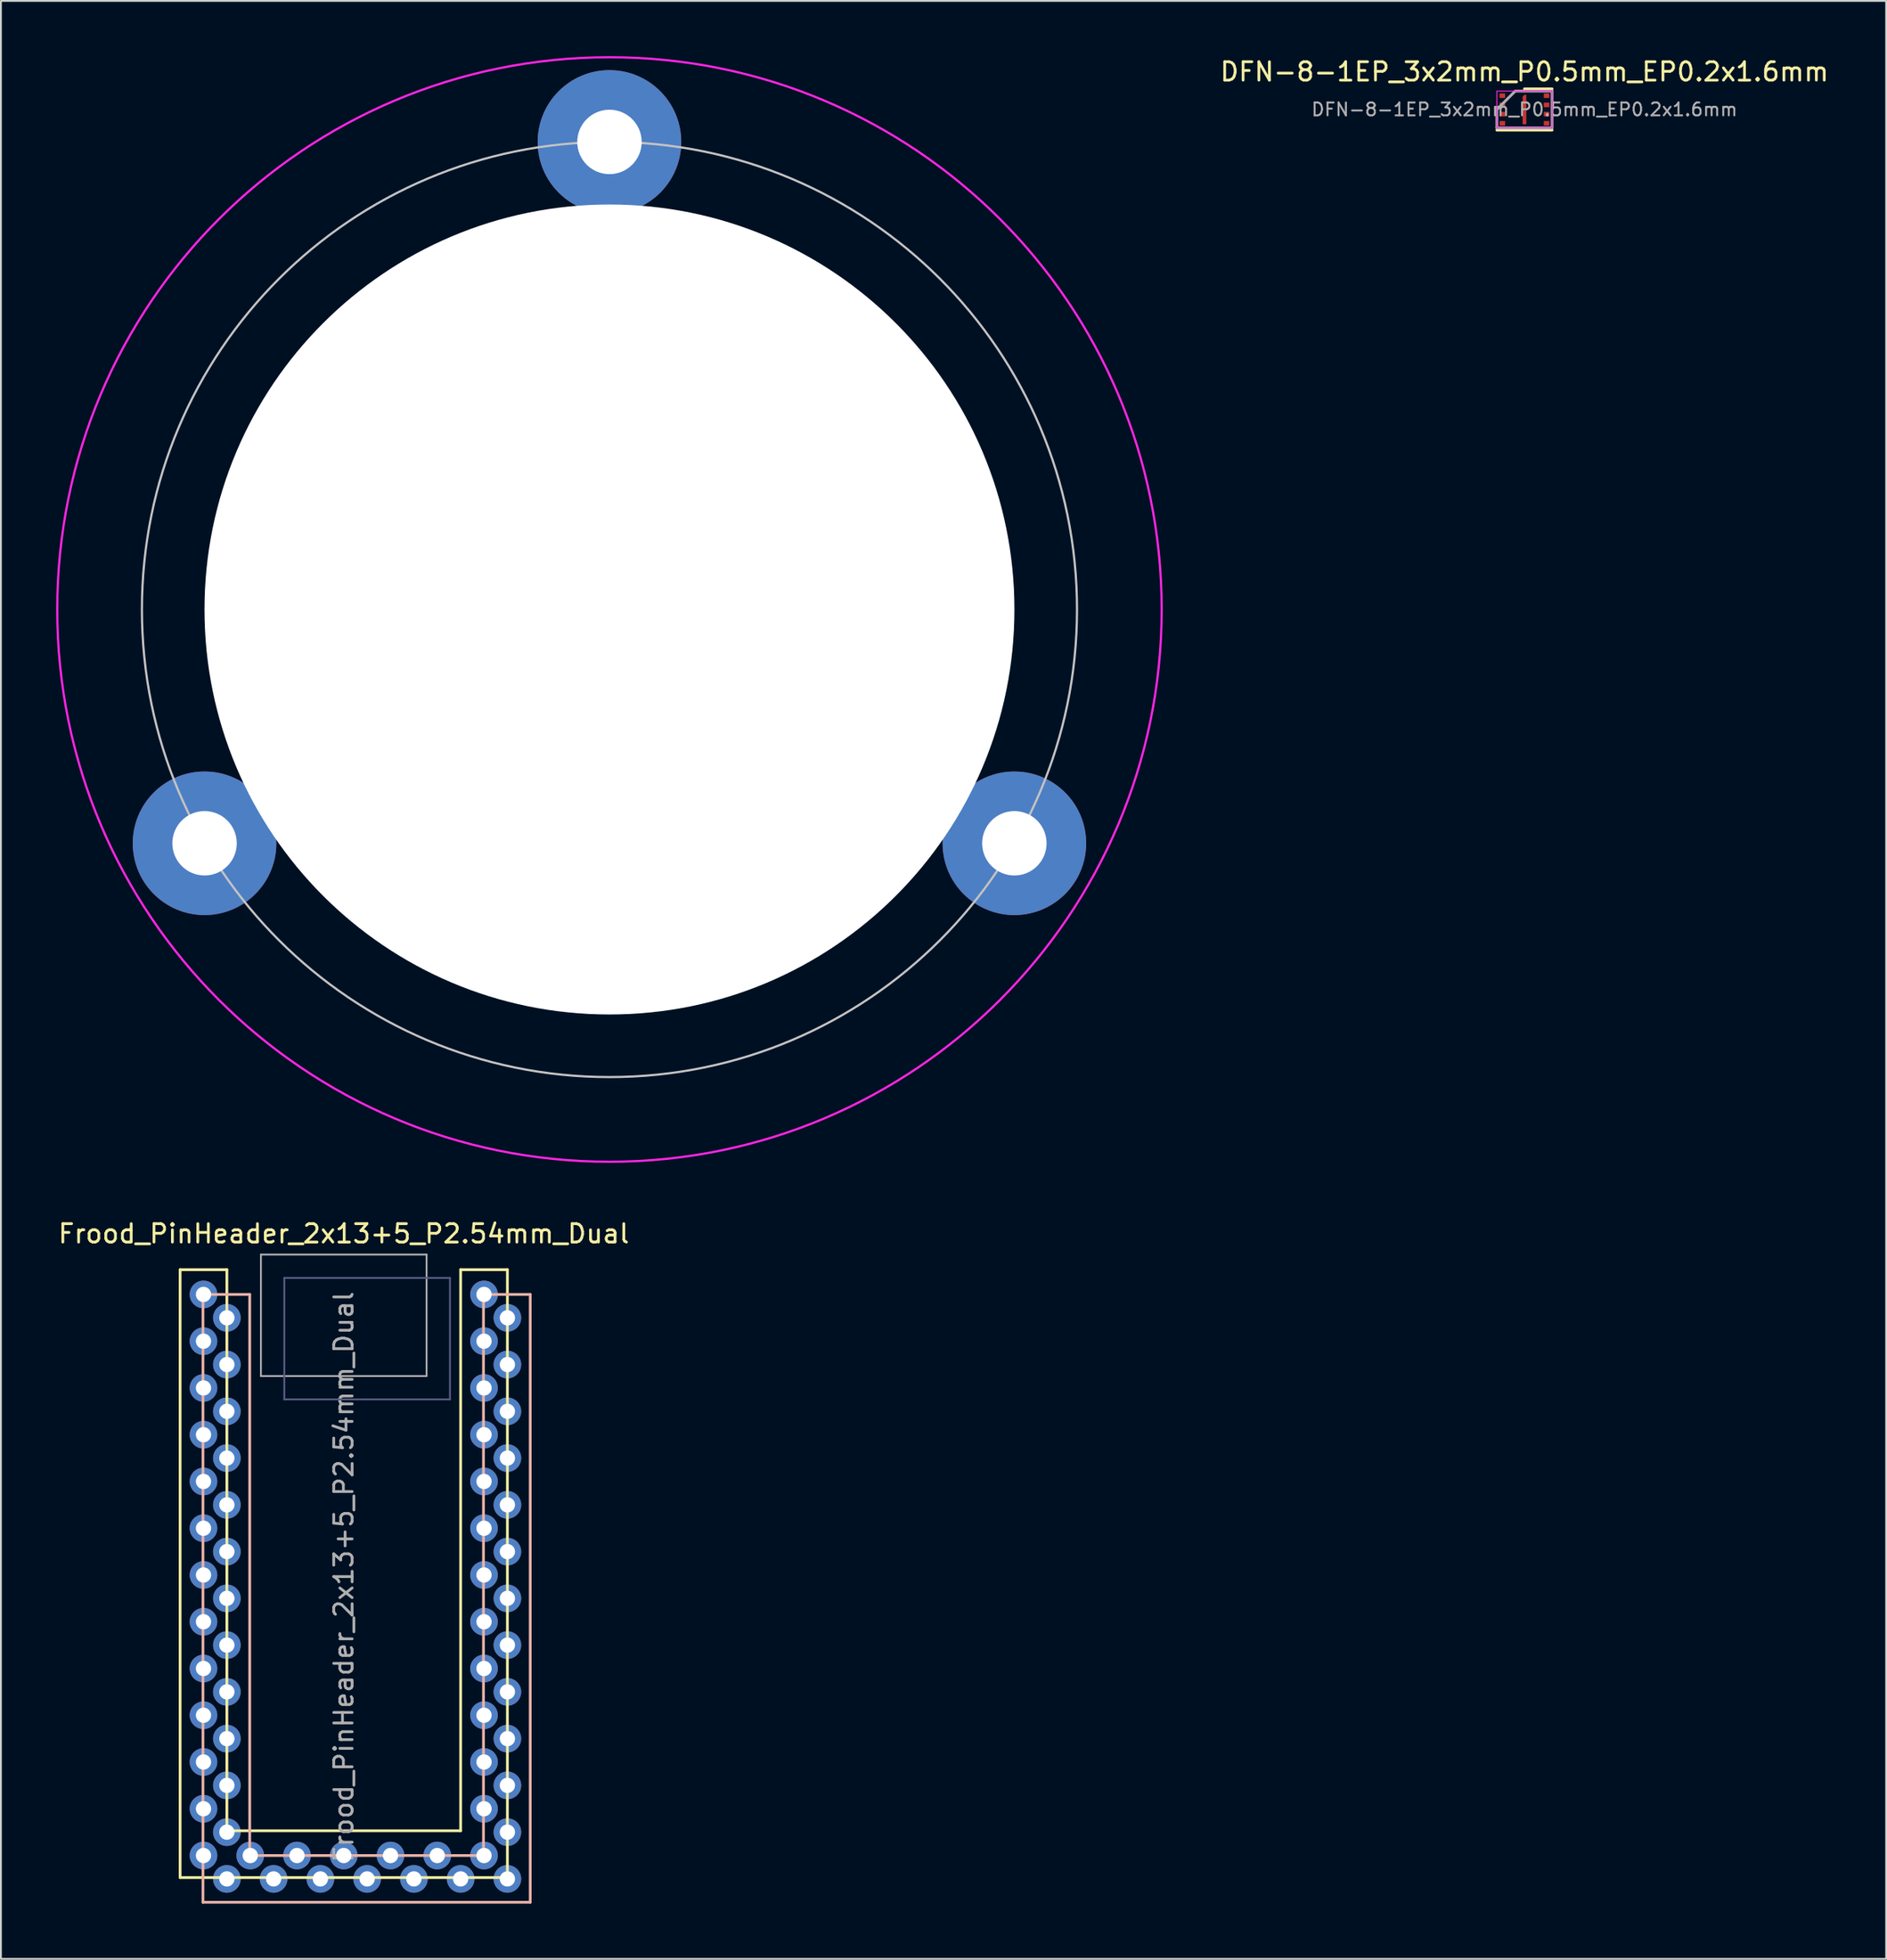
<source format=kicad_pcb>
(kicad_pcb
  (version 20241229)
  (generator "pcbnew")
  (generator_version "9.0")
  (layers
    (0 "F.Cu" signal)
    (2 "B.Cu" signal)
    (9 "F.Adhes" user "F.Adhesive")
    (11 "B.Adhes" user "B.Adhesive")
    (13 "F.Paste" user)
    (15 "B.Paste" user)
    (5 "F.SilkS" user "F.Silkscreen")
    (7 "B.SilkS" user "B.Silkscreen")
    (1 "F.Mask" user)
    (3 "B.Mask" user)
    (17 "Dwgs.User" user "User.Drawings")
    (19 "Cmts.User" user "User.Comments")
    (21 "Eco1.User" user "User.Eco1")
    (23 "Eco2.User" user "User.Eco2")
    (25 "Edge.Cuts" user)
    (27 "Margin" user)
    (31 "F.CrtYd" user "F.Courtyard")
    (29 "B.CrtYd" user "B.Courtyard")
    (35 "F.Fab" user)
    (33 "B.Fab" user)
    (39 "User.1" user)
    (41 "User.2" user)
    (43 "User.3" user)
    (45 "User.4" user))
  (footprint "DFN-8-1EP_3x2mm_P0.5mm_EP0.2x1.6mm"
    (layer "F.Cu")
    (at 79.769 2.898)
    (property "Reference" "DFN-8-1EP_3x2mm_P0.5mm_EP0.2x1.6mm" (at 0 -2.05 0) (layer "F.SilkS") (effects (font (size 1 1) (thickness 0.15))))
    (attr smd)
    (fp_line (start -1.5 1.12) (end 1.5 1.12) (stroke (width 0.15) (type solid)) (layer "F.SilkS"))
    (fp_line (start 0 -1.12) (end 1.5 -1.12) (stroke (width 0.15) (type solid)) (layer "F.SilkS"))
    (fp_line (start -1.5 -1) (end -1.5 1) (stroke (width 0.05) (type solid)) (layer "F.CrtYd"))
    (fp_line (start -1.5 -1) (end 1.5 -1) (stroke (width 0.05) (type solid)) (layer "F.CrtYd"))
    (fp_line (start -1.5 1) (end 1.5 1) (stroke (width 0.05) (type solid)) (layer "F.CrtYd"))
    (fp_line (start 1.5 -1) (end 1.5 1) (stroke (width 0.05) (type solid)) (layer "F.CrtYd"))
    (fp_line (start -1.5 0) (end -0.5 -1) (stroke (width 0.15) (type solid)) (layer "F.Fab"))
    (fp_line (start -1.5 1) (end -1.5 0) (stroke (width 0.15) (type solid)) (layer "F.Fab"))
    (fp_line (start -0.5 -1) (end 1.5 -1) (stroke (width 0.15) (type solid)) (layer "F.Fab"))
    (fp_line (start 1.5 -1) (end 1.5 1) (stroke (width 0.15) (type solid)) (layer "F.Fab"))
    (fp_line (start 1.5 1) (end -1.5 1) (stroke (width 0.15) (type solid)) (layer "F.Fab"))
    (fp_text user "${REFERENCE}" (at 0 0 0) (layer "F.Fab") (effects (font (size 0.7 0.7) (thickness 0.105))))
    (pad "1" smd rect (at -1.2 -0.75) (size 0.3 0.25) (layers "F.Cu" "F.Mask" "F.Paste"))
    (pad "2" smd rect (at -1.2 -0.25) (size 0.3 0.25) (layers "F.Cu" "F.Mask" "F.Paste"))
    (pad "3" smd rect (at -1.2 0.25) (size 0.3 0.25) (layers "F.Cu" "F.Mask" "F.Paste"))
    (pad "4" smd rect (at -1.2 0.75) (size 0.3 0.25) (layers "F.Cu" "F.Mask" "F.Paste"))
    (pad "5" smd rect (at 1.2 0.75) (size 0.3 0.25) (layers "F.Cu" "F.Mask" "F.Paste"))
    (pad "6" smd rect (at 1.2 0.25) (size 0.3 0.25) (layers "F.Cu" "F.Mask" "F.Paste"))
    (pad "7" smd rect (at 1.2 -0.25) (size 0.3 0.25) (layers "F.Cu" "F.Mask" "F.Paste"))
    (pad "8" smd rect (at 1.2 -0.75) (size 0.3 0.25) (layers "F.Cu" "F.Mask" "F.Paste"))
    (pad "9" smd roundrect (at 0 0) (size 0.2 1.6) (layers "F.Cu" "F.Mask") (roundrect_rratio 0) (chamfer_ratio 0.5) (chamfer top_left)))
  (footprint "CNC_Encoder"
    (layer "F.Cu")
    (at 30.06 30.06)
    (property "Reference" "CNC_Encoder" (at 0 0.5 0) (layer "F.SilkS") (effects (font (size 1 1) (thickness 0.15))))
    (attr through_hole)
    (fp_circle (center 0 0) (end 25.4 0) (stroke (width 0.12) (type solid)) (fill no) (layer "Dwgs.User"))
    (fp_circle (center 0 0) (end 30 0) (stroke (width 0.12) (type solid)) (fill no) (layer "F.CrtYd"))
    (pad "" np_thru_hole circle (at 0 0) (size 44 44) (drill 44) (layers "*.Cu" "*.Mask"))
    (pad "1" thru_hole circle (at -21.997 12.7) (size 7.8 7.8) (drill 3.5) (layers "*.Cu" "*.Mask"))
    (pad "1" thru_hole circle (at 0 -25.4) (size 7.8 7.8) (drill 3.5) (layers "*.Cu" "*.Mask"))
    (pad "1" thru_hole circle (at 21.997 12.7) (size 7.8 7.8) (drill 3.5) (layers "*.Cu" "*.Mask")))
  (footprint "Frood_PinHeader_2x13+5_P2.54mm_Dual"
    (layer "F.Cu")
    (at 15.625 67.268)
    (property "Reference" "Frood_PinHeader_2x13+5_P2.54mm_Dual" (at 0 -3.3 0) (layer "F.SilkS") (effects (font (size 1 1) (thickness 0.15))))
    (attr through_hole)
    (fp_line (start -8.89 -1.344) (end -8.89 31.676) (stroke (width 0.15) (type solid)) (layer "F.SilkS"))
    (fp_line (start -8.89 31.676) (end 8.89 31.676) (stroke (width 0.15) (type solid)) (layer "F.SilkS"))
    (fp_line (start -6.35 -1.344) (end -8.89 -1.344) (stroke (width 0.15) (type solid)) (layer "F.SilkS"))
    (fp_line (start -6.35 29.136) (end -6.35 -1.344) (stroke (width 0.15) (type solid)) (layer "F.SilkS"))
    (fp_line (start -6.35 29.136) (end 6.35 29.136) (stroke (width 0.15) (type solid)) (layer "F.SilkS"))
    (fp_line (start 6.35 -1.344) (end 6.35 29.136) (stroke (width 0.15) (type solid)) (layer "F.SilkS"))
    (fp_line (start 8.89 -1.344) (end 6.35 -1.344) (stroke (width 0.15) (type solid)) (layer "F.SilkS"))
    (fp_line (start 8.89 31.676) (end 8.89 -1.344) (stroke (width 0.15) (type solid)) (layer "F.SilkS"))
    (fp_line (start -7.649 0) (end -5.109 0) (stroke (width 0.15) (type solid)) (layer "B.SilkS"))
    (fp_line (start -7.649 33.02) (end -7.649 0) (stroke (width 0.15) (type solid)) (layer "B.SilkS"))
    (fp_line (start -5.109 0) (end -5.109 30.48) (stroke (width 0.15) (type solid)) (layer "B.SilkS"))
    (fp_line (start 7.591 0) (end 10.131 0) (stroke (width 0.15) (type solid)) (layer "B.SilkS"))
    (fp_line (start 7.591 30.48) (end -5.109 30.48) (stroke (width 0.15) (type solid)) (layer "B.SilkS"))
    (fp_line (start 7.591 30.48) (end 7.591 0) (stroke (width 0.15) (type solid)) (layer "B.SilkS"))
    (fp_line (start 10.131 0) (end 10.131 33.02) (stroke (width 0.15) (type solid)) (layer "B.SilkS"))
    (fp_line (start 10.131 33.02) (end -7.649 33.02) (stroke (width 0.15) (type solid)) (layer "B.SilkS"))
    (fp_line (start -3.23 -0.897) (end 5.77 -0.897) (stroke (width 0.1) (type solid)) (layer "B.Fab"))
    (fp_line (start -3.23 5.702) (end -3.23 -0.897) (stroke (width 0.1) (type solid)) (layer "B.Fab"))
    (fp_line (start 5.77 -0.897) (end 5.77 5.702) (stroke (width 0.1) (type solid)) (layer "B.Fab"))
    (fp_line (start 5.77 5.702) (end -3.23 5.702) (stroke (width 0.1) (type solid)) (layer "B.Fab"))
    (fp_line (start -4.5 -2.167) (end -4.5 4.433) (stroke (width 0.1) (type solid)) (layer "F.Fab"))
    (fp_line (start -4.5 4.433) (end 4.5 4.433) (stroke (width 0.1) (type solid)) (layer "F.Fab"))
    (fp_line (start 4.5 -2.167) (end -4.5 -2.167) (stroke (width 0.1) (type solid)) (layer "F.Fab"))
    (fp_line (start 4.5 4.433) (end 4.5 -2.167) (stroke (width 0.1) (type solid)) (layer "F.Fab"))
    (fp_text user "${REFERENCE}" (at 0 15.35 90) (layer "F.Fab") (effects (font (size 1 1) (thickness 0.15))))
    (pad "1" thru_hole oval (at -7.62 0) (size 1.5 1.5) (drill 0.83) (layers "*.Cu" "*.Mask"))
    (pad "1" thru_hole oval (at 8.89 1.27) (size 1.5 1.5) (drill 0.83) (layers "*.Cu" "*.Mask"))
    (pad "2" thru_hole oval (at -7.62 2.54) (size 1.5 1.5) (drill 0.83) (layers "*.Cu" "*.Mask"))
    (pad "2" thru_hole oval (at 8.89 3.81) (size 1.5 1.5) (drill 0.83) (layers "*.Cu" "*.Mask"))
    (pad "3" thru_hole oval (at -7.62 5.08) (size 1.5 1.5) (drill 0.83) (layers "*.Cu" "*.Mask"))
    (pad "3" thru_hole oval (at 8.89 6.35) (size 1.5 1.5) (drill 0.83) (layers "*.Cu" "*.Mask"))
    (pad "4" thru_hole oval (at -7.62 7.62) (size 1.5 1.5) (drill 0.83) (layers "*.Cu" "*.Mask"))
    (pad "4" thru_hole oval (at 8.89 8.89) (size 1.5 1.5) (drill 0.83) (layers "*.Cu" "*.Mask"))
    (pad "5" thru_hole oval (at -7.62 10.16) (size 1.5 1.5) (drill 0.83) (layers "*.Cu" "*.Mask"))
    (pad "5" thru_hole oval (at 8.89 11.43) (size 1.5 1.5) (drill 0.83) (layers "*.Cu" "*.Mask"))
    (pad "6" thru_hole oval (at -7.62 12.7) (size 1.5 1.5) (drill 0.83) (layers "*.Cu" "*.Mask"))
    (pad "6" thru_hole oval (at 8.89 13.97) (size 1.5 1.5) (drill 0.83) (layers "*.Cu" "*.Mask"))
    (pad "7" thru_hole oval (at -7.62 15.24) (size 1.5 1.5) (drill 0.83) (layers "*.Cu" "*.Mask"))
    (pad "7" thru_hole oval (at 8.89 16.51) (size 1.5 1.5) (drill 0.83) (layers "*.Cu" "*.Mask"))
    (pad "8" thru_hole oval (at -7.62 17.78) (size 1.5 1.5) (drill 0.83) (layers "*.Cu" "*.Mask"))
    (pad "8" thru_hole oval (at 8.89 19.05) (size 1.5 1.5) (drill 0.83) (layers "*.Cu" "*.Mask"))
    (pad "9" thru_hole oval (at -7.62 20.32) (size 1.5 1.5) (drill 0.83) (layers "*.Cu" "*.Mask"))
    (pad "9" thru_hole oval (at 8.89 21.59) (size 1.5 1.5) (drill 0.83) (layers "*.Cu" "*.Mask"))
    (pad "10" thru_hole oval (at -7.62 22.86) (size 1.5 1.5) (drill 0.83) (layers "*.Cu" "*.Mask"))
    (pad "10" thru_hole oval (at 8.89 24.13) (size 1.5 1.5) (drill 0.83) (layers "*.Cu" "*.Mask"))
    (pad "11" thru_hole oval (at -7.62 25.4) (size 1.5 1.5) (drill 0.83) (layers "*.Cu" "*.Mask"))
    (pad "11" thru_hole oval (at 8.89 26.67) (size 1.5 1.5) (drill 0.83) (layers "*.Cu" "*.Mask"))
    (pad "12" thru_hole oval (at -7.62 27.94) (size 1.5 1.5) (drill 0.83) (layers "*.Cu" "*.Mask"))
    (pad "12" thru_hole oval (at 8.89 29.21) (size 1.5 1.5) (drill 0.83) (layers "*.Cu" "*.Mask"))
    (pad "13" thru_hole oval (at -7.62 30.48) (size 1.5 1.5) (drill 0.83) (layers "*.Cu" "*.Mask"))
    (pad "13" thru_hole oval (at 8.89 31.75) (size 1.5 1.5) (drill 0.83) (layers "*.Cu" "*.Mask"))
    (pad "14" thru_hole oval (at -5.08 30.48) (size 1.5 1.5) (drill 0.83) (layers "*.Cu" "*.Mask"))
    (pad "14" thru_hole oval (at 6.35 31.75) (size 1.5 1.5) (drill 0.83) (layers "*.Cu" "*.Mask"))
    (pad "15" thru_hole oval (at -2.54 30.48) (size 1.5 1.5) (drill 0.83) (layers "*.Cu" "*.Mask"))
    (pad "15" thru_hole oval (at 3.81 31.75) (size 1.5 1.5) (drill 0.83) (layers "*.Cu" "*.Mask"))
    (pad "16" thru_hole oval (at 0 30.48) (size 1.5 1.5) (drill 0.83) (layers "*.Cu" "*.Mask"))
    (pad "16" thru_hole oval (at 1.27 31.75) (size 1.5 1.5) (drill 0.83) (layers "*.Cu" "*.Mask"))
    (pad "17" thru_hole oval (at -1.27 31.75) (size 1.5 1.5) (drill 0.83) (layers "*.Cu" "*.Mask"))
    (pad "17" thru_hole oval (at 2.54 30.48) (size 1.5 1.5) (drill 0.83) (layers "*.Cu" "*.Mask"))
    (pad "18" thru_hole oval (at -3.81 31.75) (size 1.5 1.5) (drill 0.83) (layers "*.Cu" "*.Mask"))
    (pad "18" thru_hole oval (at 5.08 30.48) (size 1.5 1.5) (drill 0.83) (layers "*.Cu" "*.Mask"))
    (pad "19" thru_hole oval (at -6.35 31.75) (size 1.5 1.5) (drill 0.83) (layers "*.Cu" "*.Mask"))
    (pad "19" thru_hole oval (at 7.62 30.48) (size 1.5 1.5) (drill 0.83) (layers "*.Cu" "*.Mask"))
    (pad "20" thru_hole oval (at -6.35 29.21) (size 1.5 1.5) (drill 0.83) (layers "*.Cu" "*.Mask"))
    (pad "20" thru_hole oval (at 7.62 27.94) (size 1.5 1.5) (drill 0.83) (layers "*.Cu" "*.Mask"))
    (pad "21" thru_hole oval (at -6.35 26.67) (size 1.5 1.5) (drill 0.83) (layers "*.Cu" "*.Mask"))
    (pad "21" thru_hole oval (at 7.62 25.4) (size 1.5 1.5) (drill 0.83) (layers "*.Cu" "*.Mask"))
    (pad "22" thru_hole oval (at -6.35 24.13) (size 1.5 1.5) (drill 0.83) (layers "*.Cu" "*.Mask"))
    (pad "22" thru_hole oval (at 7.62 22.86) (size 1.5 1.5) (drill 0.83) (layers "*.Cu" "*.Mask"))
    (pad "23" thru_hole oval (at -6.35 21.59) (size 1.5 1.5) (drill 0.83) (layers "*.Cu" "*.Mask"))
    (pad "23" thru_hole oval (at 7.62 20.32) (size 1.5 1.5) (drill 0.83) (layers "*.Cu" "*.Mask"))
    (pad "24" thru_hole oval (at -6.35 19.05) (size 1.5 1.5) (drill 0.83) (layers "*.Cu" "*.Mask"))
    (pad "24" thru_hole oval (at 7.62 17.78) (size 1.5 1.5) (drill 0.83) (layers "*.Cu" "*.Mask"))
    (pad "25" thru_hole oval (at -6.35 16.51) (size 1.5 1.5) (drill 0.83) (layers "*.Cu" "*.Mask"))
    (pad "25" thru_hole oval (at 7.62 15.24) (size 1.5 1.5) (drill 0.83) (layers "*.Cu" "*.Mask"))
    (pad "26" thru_hole oval (at -6.35 13.97) (size 1.5 1.5) (drill 0.83) (layers "*.Cu" "*.Mask"))
    (pad "26" thru_hole oval (at 7.62 12.7) (size 1.5 1.5) (drill 0.83) (layers "*.Cu" "*.Mask"))
    (pad "27" thru_hole oval (at -6.35 11.43) (size 1.5 1.5) (drill 0.83) (layers "*.Cu" "*.Mask"))
    (pad "27" thru_hole oval (at 7.62 10.16) (size 1.5 1.5) (drill 0.83) (layers "*.Cu" "*.Mask"))
    (pad "28" thru_hole oval (at -6.35 8.89) (size 1.5 1.5) (drill 0.83) (layers "*.Cu" "*.Mask"))
    (pad "28" thru_hole oval (at 7.62 7.62) (size 1.5 1.5) (drill 0.83) (layers "*.Cu" "*.Mask"))
    (pad "29" thru_hole oval (at -6.35 6.35) (size 1.5 1.5) (drill 0.83) (layers "*.Cu" "*.Mask"))
    (pad "29" thru_hole oval (at 7.62 5.08) (size 1.5 1.5) (drill 0.83) (layers "*.Cu" "*.Mask"))
    (pad "30" thru_hole oval (at -6.35 3.81) (size 1.5 1.5) (drill 0.83) (layers "*.Cu" "*.Mask"))
    (pad "30" thru_hole oval (at 7.62 2.54) (size 1.5 1.5) (drill 0.83) (layers "*.Cu" "*.Mask"))
    (pad "31" thru_hole oval (at -6.35 1.27) (size 1.5 1.5) (drill 0.83) (layers "*.Cu" "*.Mask"))
    (pad "31" thru_hole oval (at 7.62 0) (size 1.5 1.5) (drill 0.83) (layers "*.Cu" "*.Mask")))
  (gr_rect
    (start -3 -3)
    (end 99.418 103.363)
    (stroke (width 0.1) (type default))
    (fill no)
    (layer "Edge.Cuts")))
</source>
